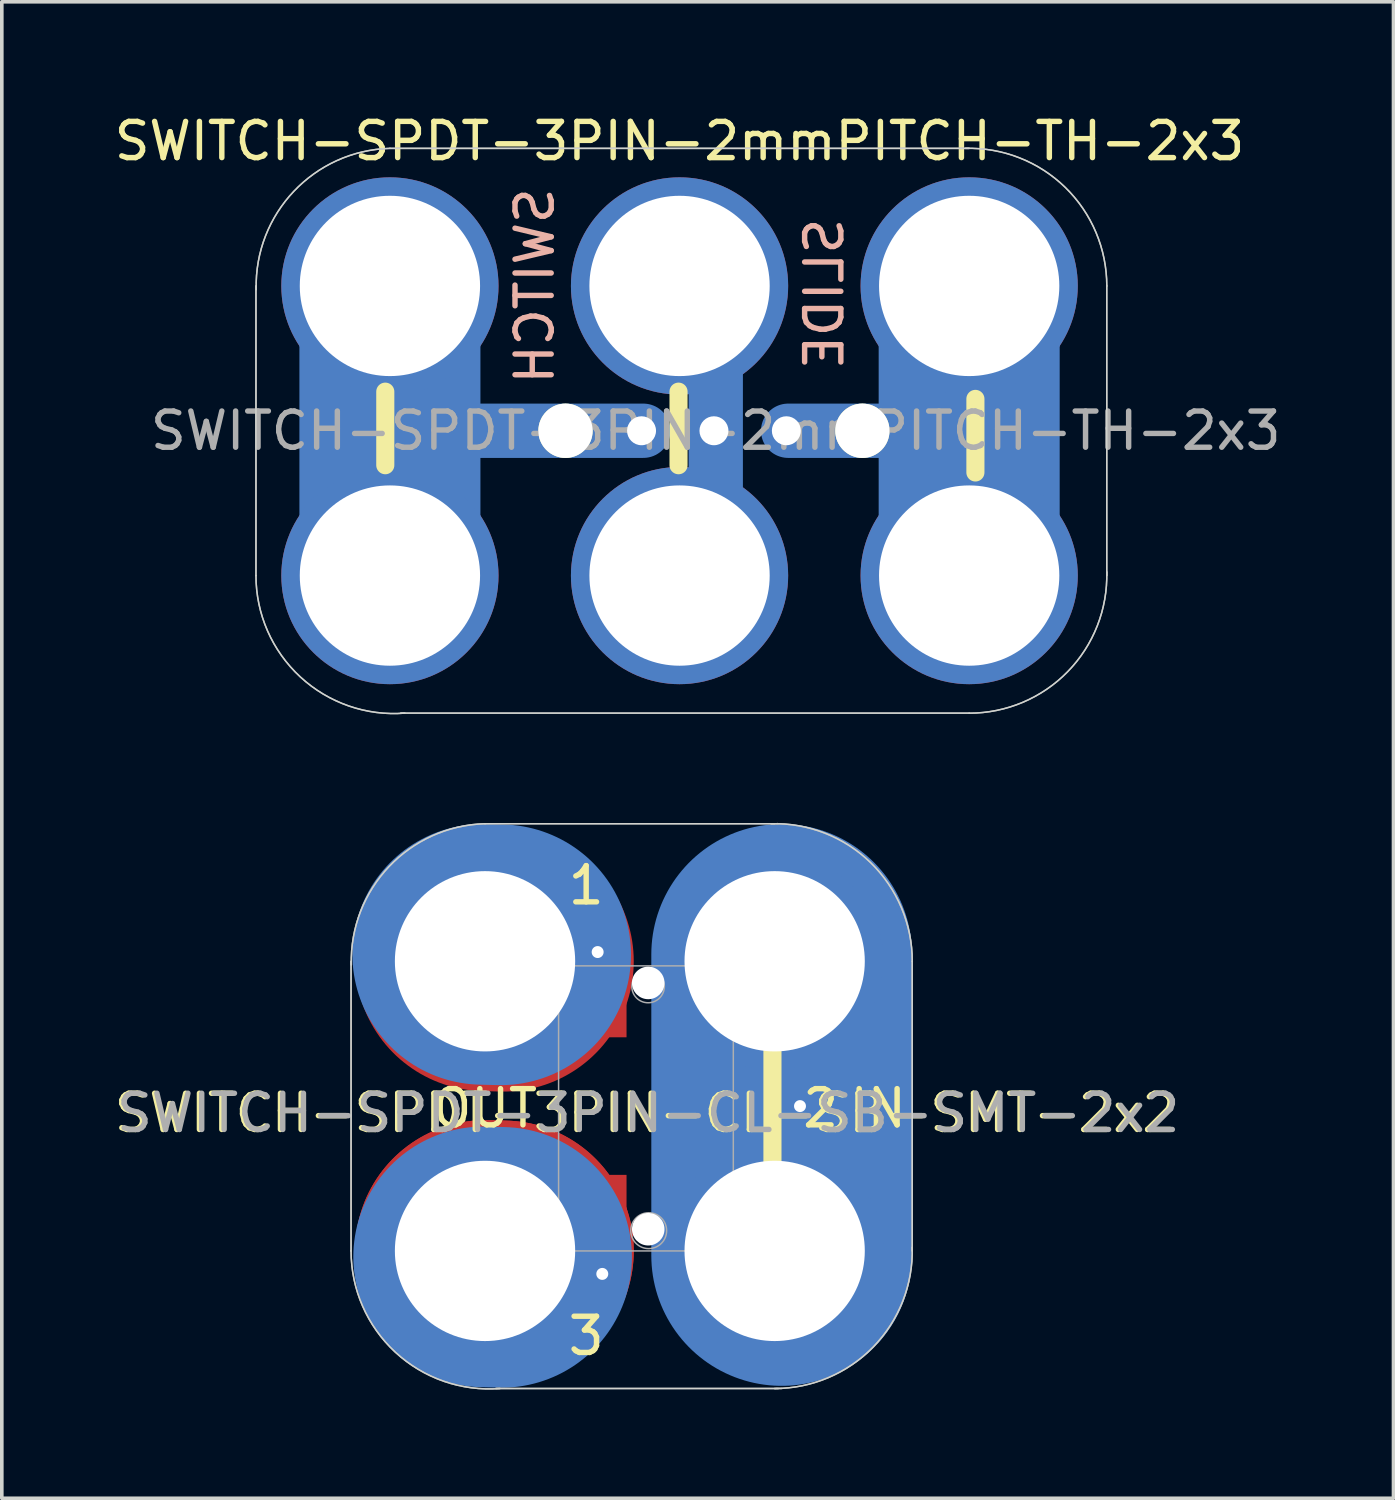
<source format=kicad_pcb>
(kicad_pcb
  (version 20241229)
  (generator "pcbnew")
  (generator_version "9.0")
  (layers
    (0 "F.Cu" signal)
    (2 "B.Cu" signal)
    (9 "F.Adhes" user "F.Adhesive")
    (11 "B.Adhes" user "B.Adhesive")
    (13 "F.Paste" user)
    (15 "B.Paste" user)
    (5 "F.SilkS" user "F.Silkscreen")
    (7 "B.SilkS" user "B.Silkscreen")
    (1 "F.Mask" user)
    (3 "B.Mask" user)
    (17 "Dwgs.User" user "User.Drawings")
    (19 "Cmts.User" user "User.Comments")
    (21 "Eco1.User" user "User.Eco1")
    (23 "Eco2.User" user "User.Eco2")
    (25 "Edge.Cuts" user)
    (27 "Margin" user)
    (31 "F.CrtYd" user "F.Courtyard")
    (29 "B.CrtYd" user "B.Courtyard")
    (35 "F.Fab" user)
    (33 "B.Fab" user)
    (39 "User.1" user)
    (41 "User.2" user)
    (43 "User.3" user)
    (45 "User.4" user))
  (footprint "SWITCH-SPDT-3PIN-2mmPITCH-TH-2x3"
    (layer "F.Cu")
    (at 7.72 12.848)
    (property "Reference" "SWITCH-SPDT-3PIN-2mmPITCH-TH-2x3" (at 8 -12 0) (layer "F.SilkS") (effects (font (size 1 1) (thickness 0.15))))
    (attr through_hole)
    (fp_line (start 0 -8) (end 0 0) (stroke (width 5) (type solid)) (layer "B.Cu"))
    (fp_line (start 7 -4) (end 0 -4) (stroke (width 1.5) (type solid)) (layer "B.Cu"))
    (fp_line (start 9 -8) (end 9 0) (stroke (width 1.5) (type solid)) (layer "B.Cu"))
    (fp_line (start 11 -4) (end 16 -4) (stroke (width 1.5) (type solid)) (layer "B.Cu"))
    (fp_line (start 16 -8) (end 16 0) (stroke (width 5) (type solid)) (layer "B.Cu"))
    (fp_line (start 0 -8) (end 0 0) (stroke (width 5) (type solid)) (layer "B.Mask"))
    (fp_line (start 9 -8) (end 9 0) (stroke (width 1.5) (type solid)) (layer "B.Mask"))
    (fp_line (start 16 -8) (end 16 0) (stroke (width 5) (type solid)) (layer "B.Mask"))
    (fp_line (start -0.128 -5.08) (end -0.128 -3.048) (stroke (width 0.5) (type solid)) (layer "F.SilkS"))
    (fp_line (start 7.972 -5.08) (end 7.972 -3.048) (stroke (width 0.5) (type solid)) (layer "F.SilkS"))
    (fp_line (start 16.172 -4.88) (end 16.172 -2.848) (stroke (width 0.5) (type solid)) (layer "F.SilkS"))
    (fp_line (start -3.7 -8) (end -3.7 0) (stroke (width 0.041) (type solid)) (layer "Edge.Cuts"))
    (fp_line (start 16 -11.8) (end 0 -11.8) (stroke (width 0.041) (type solid)) (layer "Edge.Cuts"))
    (fp_line (start 16 3.8) (end 0.3 3.8) (stroke (width 0.041) (type solid)) (layer "Edge.Cuts"))
    (fp_line (start 19.8 -8) (end 19.8 0) (stroke (width 0.041) (type solid)) (layer "Edge.Cuts"))
    (fp_arc (start -3.693368 -7.90018) (mid -2.653367 -10.614068) (end 0 -11.8) (stroke (width 0.04064) (type solid)) (layer "Edge.Cuts"))
    (fp_arc (start 0.411824 3.8) (mid -2.475303 2.799424) (end -3.7 0) (stroke (width 0.04064) (type solid)) (layer "Edge.Cuts"))
    (fp_arc (start 15.9 -11.8) (mid 18.652345 -10.723062) (end 19.801316 -8) (stroke (width 0.04064) (type solid)) (layer "Edge.Cuts"))
    (fp_arc (start 19.8 -0.1) (mid 18.723062 2.652345) (end 16 3.801316) (stroke (width 0.04064) (type solid)) (layer "Edge.Cuts"))
    (fp_line (start -3.7 -8) (end -3.7 0) (stroke (width 0.041) (type solid)) (layer "F.Fab"))
    (fp_line (start 16 -11.8) (end 0 -11.8) (stroke (width 0.041) (type solid)) (layer "F.Fab"))
    (fp_line (start 16 3.8) (end 0.3 3.8) (stroke (width 0.041) (type solid)) (layer "F.Fab"))
    (fp_line (start 19.8 -8) (end 19.8 0) (stroke (width 0.041) (type solid)) (layer "F.Fab"))
    (fp_arc (start -3.693368 -7.90018) (mid -2.653367 -10.614068) (end 0 -11.8) (stroke (width 0.04064) (type solid)) (layer "F.Fab"))
    (fp_arc (start 0.411824 3.8) (mid -2.475303 2.799424) (end -3.7 0) (stroke (width 0.04064) (type solid)) (layer "F.Fab"))
    (fp_arc (start 15.9 -11.8) (mid 18.652345 -10.723062) (end 19.801316 -8) (stroke (width 0.04064) (type solid)) (layer "F.Fab"))
    (fp_arc (start 19.8 -0.1) (mid 18.723062 2.652345) (end 16 3.801316) (stroke (width 0.04064) (type solid)) (layer "F.Fab"))
    (fp_text user "SWITCH" (at 4 -8 270) (layer "B.SilkS") (effects (font (size 1 1) (thickness 0.15)) (justify mirror)))
    (fp_text user "SLIDE " (at 12 -7.4 270) (layer "B.SilkS") (effects (font (size 1 1) (thickness 0.15)) (justify mirror)))
    (fp_text user "${REFERENCE}" (at 9 -4 0) (layer "F.Fab") (effects (font (size 1 1) (thickness 0.15))))
    (pad "" np_thru_hole circle (at 4.85 -4 180) (size 1.5 1.5) (drill 1.5) (layers "*.Cu" "*.Mask" "F.SilkS"))
    (pad "" np_thru_hole circle (at 13.05 -4 180) (size 1.5 1.5) (drill 1.5) (layers "*.Cu" "*.Mask" "F.SilkS"))
    (pad "1" thru_hole circle (at 0 -8) (size 6 6) (drill 4.98) (layers "*.Cu" "*.Mask"))
    (pad "1" thru_hole circle (at 0 0) (size 6 6) (drill 4.98) (layers "*.Cu" "*.Mask"))
    (pad "1" thru_hole circle (at 6.95 -4 180) (size 1.25 1.25) (drill 0.8) (layers "*.Cu" "*.Mask"))
    (pad "2" thru_hole circle (at 8 -8) (size 6 6) (drill 4.98) (layers "*.Cu" "*.Mask"))
    (pad "2" thru_hole circle (at 8 0) (size 6 6) (drill 4.98) (layers "*.Cu" "*.Mask"))
    (pad "2" thru_hole circle (at 8.95 -4 180) (size 1.25 1.25) (drill 0.8) (layers "*.Cu" "*.Mask"))
    (pad "3" thru_hole circle (at 10.95 -4 180) (size 1.25 1.25) (drill 0.8) (layers "*.Cu" "*.Mask"))
    (pad "3" thru_hole circle (at 16 -8) (size 6 6) (drill 4.98) (layers "*.Cu" "*.Mask"))
    (pad "3" thru_hole circle (at 16 0) (size 6 6) (drill 4.98) (layers "*.Cu" "*.Mask")))
  (footprint "SWITCH-SPDT-3PIN-CL-SB-SMT-2x2"
    (layer "F.Cu")
    (at 10.347 31.502)
    (property "Reference" "SWITCH-SPDT-3PIN-CL-SB-SMT-2x2" (at 4.445 -3.81 0) (layer "F.SilkS") (effects (font (size 1 1) (thickness 0.15))))
    (attr through_hole)
    (fp_line (start 0.013 -8.014) (end 0.508 -8.001) (stroke (width 7.2) (type solid)) (layer "F.Cu"))
    (fp_line (start 0.013 -0.013) (end 0.508 0) (stroke (width 7.2) (type solid)) (layer "F.Cu"))
    (fp_line (start 0.013 -0.013) (end 0.508 0) (stroke (width 7.2) (type solid)) (layer "F.Cu"))
    (fp_line (start 3.111 -6.54) (end 3.111 -8.319) (stroke (width 0.5) (type solid)) (layer "F.Cu"))
    (fp_line (start 3.239 -1.587) (end 3.239 0.699) (stroke (width 0.5) (type solid)) (layer "F.Cu"))
    (fp_line (start 5.779 -4) (end 8.8 -4) (stroke (width 0.5) (type solid)) (layer "F.Cu"))
    (fp_arc (start 0 -5.207) (mid -2.794 -8.001) (end 0 -10.795) (stroke (width 0.6) (type solid)) (layer "F.Mask"))
    (fp_arc (start 0 2.794) (mid -2.794 0) (end 0 -2.794) (stroke (width 0.6) (type solid)) (layer "F.Mask"))
    (fp_line (start -0.064 -8.191) (end 0.432 -8.179) (stroke (width 7.2) (type solid)) (layer "B.Cu"))
    (fp_line (start -0.038 0.165) (end 0.457 0.178) (stroke (width 7.2) (type solid)) (layer "B.Cu"))
    (fp_line (start 6.986 -4) (end 7.939 -4) (stroke (width 0.5) (type solid)) (layer "B.Cu"))
    (fp_line (start 7.939 0.318) (end 7.939 -8.445) (stroke (width 0.5) (type solid)) (layer "B.Cu"))
    (fp_line (start 8.193 0.127) (end 8.193 -8.191) (stroke (width 7.2) (type solid)) (layer "B.Cu"))
    (fp_line (start -0.064 -8.191) (end 0.406 -8.179) (stroke (width 7.2) (type solid)) (layer "B.Mask"))
    (fp_line (start -0.038 0.165) (end 0.432 0.178) (stroke (width 7.2) (type solid)) (layer "B.Mask"))
    (fp_line (start 7.939 0.318) (end 7.939 -8.445) (stroke (width 0.5) (type solid)) (layer "B.Mask"))
    (fp_line (start 8.193 0.127) (end 8.193 -8.191) (stroke (width 7.2) (type solid)) (layer "B.Mask"))
    (fp_line (start 7.939 0.318) (end 7.939 -8.445) (stroke (width 0.5) (type solid)) (layer "F.SilkS"))
    (fp_line (start -3.7 -8) (end -3.7 0) (stroke (width 0.041) (type solid)) (layer "Edge.Cuts"))
    (fp_line (start 8 -11.8) (end 0 -11.8) (stroke (width 0.041) (type solid)) (layer "Edge.Cuts"))
    (fp_line (start 8.1 3.8) (end 0.3 3.8) (stroke (width 0.041) (type solid)) (layer "Edge.Cuts"))
    (fp_line (start 11.8 -8) (end 11.8 0) (stroke (width 0.041) (type solid)) (layer "Edge.Cuts"))
    (fp_arc (start -3.693368 -7.90018) (mid -2.653367 -10.614068) (end 0 -11.8) (stroke (width 0.04064) (type solid)) (layer "Edge.Cuts"))
    (fp_arc (start 0.411824 3.8) (mid -2.475303 2.799424) (end -3.7 0) (stroke (width 0.04064) (type solid)) (layer "Edge.Cuts"))
    (fp_arc (start 7.9 -11.8) (mid 10.652345 -10.723062) (end 11.801316 -8) (stroke (width 0.04064) (type solid)) (layer "Edge.Cuts"))
    (fp_arc (start 11.8 -0.1) (mid 10.723062 2.652345) (end 8 3.801316) (stroke (width 0.04064) (type solid)) (layer "Edge.Cuts"))
    (fp_line (start -3.7 -8) (end -3.7 0) (stroke (width 0.041) (type solid)) (layer "F.Fab"))
    (fp_line (start 2.032 -7.874) (end 2.032 0) (stroke (width 0.041) (type solid)) (layer "F.Fab"))
    (fp_line (start 2.032 0) (end 6.858 0) (stroke (width 0.041) (type solid)) (layer "F.Fab"))
    (fp_line (start 6.858 -7.874) (end 2.032 -7.874) (stroke (width 0.041) (type solid)) (layer "F.Fab"))
    (fp_line (start 6.858 -7.874) (end 6.858 0) (stroke (width 0.041) (type solid)) (layer "F.Fab"))
    (fp_line (start 8.1 -11.8) (end 0 -11.8) (stroke (width 0.041) (type solid)) (layer "F.Fab"))
    (fp_line (start 8.2 3.8) (end 0.3 3.8) (stroke (width 0.041) (type solid)) (layer "F.Fab"))
    (fp_line (start 11.8 -8) (end 11.8 0) (stroke (width 0.041) (type solid)) (layer "F.Fab"))
    (fp_arc (start -3.693368 -7.90018) (mid -2.653367 -10.614068) (end 0 -11.8) (stroke (width 0.04064) (type solid)) (layer "F.Fab"))
    (fp_arc (start 0.411824 3.8) (mid -2.475303 2.799424) (end -3.7 0) (stroke (width 0.04064) (type solid)) (layer "F.Fab"))
    (fp_arc (start 7.9 -11.8) (mid 10.652345 -10.723062) (end 11.801316 -8) (stroke (width 0.04064) (type solid)) (layer "F.Fab"))
    (fp_arc (start 11.8 -0.1) (mid 10.723062 2.652345) (end 8 3.801316) (stroke (width 0.04064) (type solid)) (layer "F.Fab"))
    (fp_circle (center 4.504 -7.303) (end 4.821 -6.985) (stroke (width 0.041) (type solid)) (fill no) (layer "F.Fab"))
    (fp_circle (center 4.521 -0.559) (end 4.763 -0.127) (stroke (width 0.041) (type solid)) (fill no) (layer "F.Fab"))
    (fp_text user "IN" (at 10.858 -3.937 180) (layer "F.SilkS") (effects (font (size 1 1) (thickness 0.15))))
    (fp_text user "1" (at 2.794 -10.097 0) (layer "F.SilkS") (effects (font (size 1 1) (thickness 0.15))))
    (fp_text user "OUT" (at 0 -3.937 0) (layer "F.SilkS") (effects (font (size 1 1) (thickness 0.15))))
    (fp_text user "2" (at 9.271 -3.937 0) (layer "F.SilkS") (effects (font (size 1 1) (thickness 0.15))))
    (fp_text user "3" (at 2.794 2.349 0) (layer "F.SilkS") (effects (font (size 1 1) (thickness 0.15))))
    (fp_text user "${REFERENCE}" (at 4.508 -3.81 0) (layer "F.Fab") (effects (font (size 1 1) (thickness 0.15))))
    (pad "" np_thru_hole circle (at 0 -8) (size 4.98 4.98) (drill 4.98) (layers "*.Cu" "B.Mask"))
    (pad "" np_thru_hole circle (at 0 0) (size 4.98 4.98) (drill 4.98) (layers "*.Cu" "B.Mask"))
    (pad "" thru_hole circle (at 3.111 -8.255) (size 0.686 0.686) (drill 0.33) (layers "*.Cu" "B.Mask"))
    (pad "" thru_hole circle (at 3.239 0.635 180) (size 0.686 0.686) (drill 0.33) (layers "*.Cu" "B.Mask"))
    (pad "" np_thru_hole circle (at 4.508 -7.402 270) (size 0.899 0.899) (drill 0.899) (layers "*.Cu"))
    (pad "" np_thru_hole circle (at 4.508 -0.599 270) (size 0.899 0.899) (drill 0.899) (layers "*.Cu"))
    (pad "" thru_hole circle (at 8 -8) (size 6 6) (drill 4.98) (layers "*.Cu" "*.Mask"))
    (pad "" thru_hole circle (at 8 0) (size 6 6) (drill 4.98) (layers "*.Cu" "*.Mask"))
    (pad "" thru_hole circle (at 8.7 -4 270) (size 0.686 0.686) (drill 0.33) (layers "*.Cu" "B.Mask"))
    (pad "1" smd rect (at 3.109 -6.5 270) (size 1.199 1.6) (layers "F.Cu" "F.Mask" "F.Paste"))
    (pad "2" smd rect (at 5.908 -4 270) (size 1.199 1.6) (layers "F.Cu" "F.Mask" "F.Paste"))
    (pad "3" smd rect (at 3.109 -1.501 270) (size 1.199 1.6) (layers "F.Cu" "F.Mask" "F.Paste")))
  (gr_rect
    (start -3 -3)
    (end 35.44 38.334)
    (stroke (width 0.1) (type default))
    (fill no)
    (layer "Edge.Cuts")))
</source>
